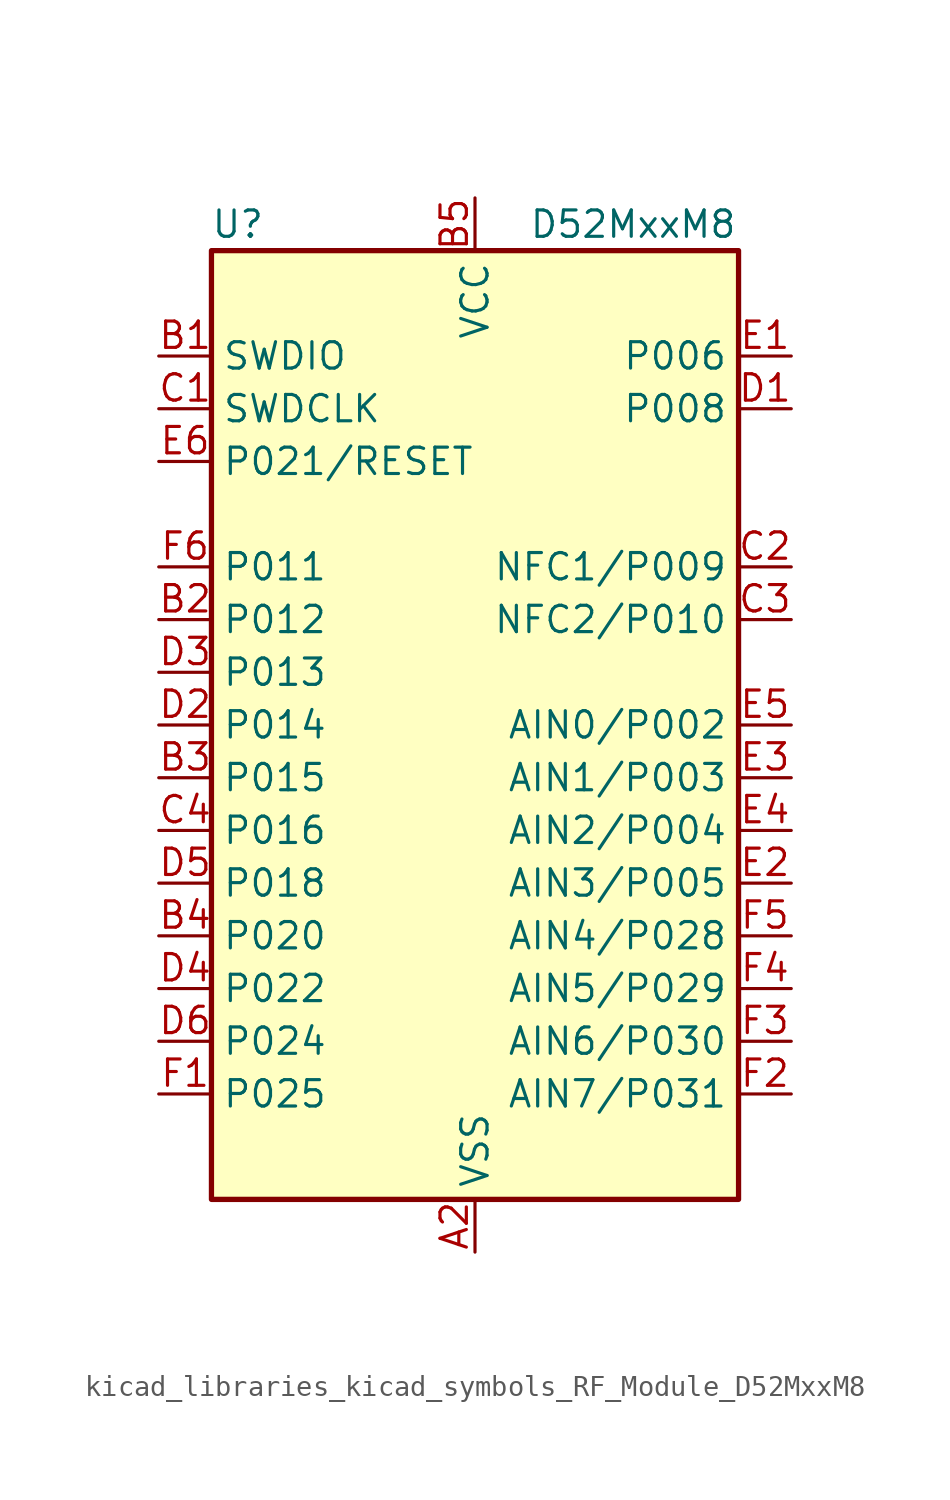
<source format=kicad_sym>
(kicad_symbol_lib
  (version 20220914)
  (generator kicad_symbol_editor)
  (symbol "kicad_libraries_kicad_symbols_RF_Module_D52MxxM8"
    (property "Reference" "U"
      (at -11.43 24.13 0)
      (effects (font (size 1.27 1.27))))
    (property "Value" "D52MxxM8"
      (at 7.62 24.13 0)
      (effects (font (size 1.27 1.27))))
    (symbol "kicad_libraries_kicad_symbols_RF_Module_D52MxxM8_0_1"
      (rectangle (start -12.7 22.86) (end 12.7 -22.86) (stroke (width 0.254) (type default)) (fill (type background))))
    (symbol "kicad_libraries_kicad_symbols_RF_Module_D52MxxM8_1_1"
      (pin power_in line (at 0 -25.4 90) (length 2.54) (name "VSS" (effects (font (size 1.27 1.27)))) (number "A2" (effects (font (size 1.27 1.27)))))
      (pin passive line (at 0 -25.4 90) (length 2.54) hide (name "VSS" (effects (font (size 1.27 1.27)))) (number "A3" (effects (font (size 1.27 1.27)))))
      (pin passive line (at 0 -25.4 90) (length 2.54) hide (name "VSS" (effects (font (size 1.27 1.27)))) (number "A4" (effects (font (size 1.27 1.27)))))
      (pin passive line (at 0 -25.4 90) (length 2.54) hide (name "VSS" (effects (font (size 1.27 1.27)))) (number "A5" (effects (font (size 1.27 1.27)))))
      (pin passive line (at 0 -25.4 90) (length 2.54) hide (name "VSS" (effects (font (size 1.27 1.27)))) (number "A6" (effects (font (size 1.27 1.27)))))
      (pin bidirectional line (at -15.24 17.78 0) (length 2.54) (name "SWDIO" (effects (font (size 1.27 1.27)))) (number "B1" (effects (font (size 1.27 1.27)))))
      (pin bidirectional line (at -15.24 5.08 0) (length 2.54) (name "P012" (effects (font (size 1.27 1.27)))) (number "B2" (effects (font (size 1.27 1.27)))))
      (pin bidirectional line (at -15.24 -2.54 0) (length 2.54) (name "P015" (effects (font (size 1.27 1.27)))) (number "B3" (effects (font (size 1.27 1.27)))))
      (pin bidirectional line (at -15.24 -10.16 0) (length 2.54) (name "P020" (effects (font (size 1.27 1.27)))) (number "B4" (effects (font (size 1.27 1.27)))))
      (pin power_in line (at 0 25.4 270) (length 2.54) (name "VCC" (effects (font (size 1.27 1.27)))) (number "B5" (effects (font (size 1.27 1.27)))))
      (pin passive line (at 0 25.4 270) (length 2.54) hide (name "VCC" (effects (font (size 1.27 1.27)))) (number "B6" (effects (font (size 1.27 1.27)))))
      (pin input line (at -15.24 15.24 0) (length 2.54) (name "SWDCLK" (effects (font (size 1.27 1.27)))) (number "C1" (effects (font (size 1.27 1.27)))))
      (pin bidirectional line (at 15.24 7.62 180) (length 2.54) (name "NFC1/P009" (effects (font (size 1.27 1.27)))) (number "C2" (effects (font (size 1.27 1.27)))))
      (pin bidirectional line (at 15.24 5.08 180) (length 2.54) (name "NFC2/P010" (effects (font (size 1.27 1.27)))) (number "C3" (effects (font (size 1.27 1.27)))))
      (pin bidirectional line (at -15.24 -5.08 0) (length 2.54) (name "P016" (effects (font (size 1.27 1.27)))) (number "C4" (effects (font (size 1.27 1.27)))))
      (pin passive line (at 0 25.4 270) (length 2.54) hide (name "VCC" (effects (font (size 1.27 1.27)))) (number "C5" (effects (font (size 1.27 1.27)))))
      (pin passive line (at 0 25.4 270) (length 2.54) hide (name "VCC" (effects (font (size 1.27 1.27)))) (number "C6" (effects (font (size 1.27 1.27)))))
      (pin bidirectional line (at 15.24 15.24 180) (length 2.54) (name "P008" (effects (font (size 1.27 1.27)))) (number "D1" (effects (font (size 1.27 1.27)))))
      (pin bidirectional line (at -15.24 0 0) (length 2.54) (name "P014" (effects (font (size 1.27 1.27)))) (number "D2" (effects (font (size 1.27 1.27)))))
      (pin bidirectional line (at -15.24 2.54 0) (length 2.54) (name "P013" (effects (font (size 1.27 1.27)))) (number "D3" (effects (font (size 1.27 1.27)))))
      (pin bidirectional line (at -15.24 -12.7 0) (length 2.54) (name "P022" (effects (font (size 1.27 1.27)))) (number "D4" (effects (font (size 1.27 1.27)))))
      (pin bidirectional line (at -15.24 -7.62 0) (length 2.54) (name "P018" (effects (font (size 1.27 1.27)))) (number "D5" (effects (font (size 1.27 1.27)))))
      (pin bidirectional line (at -15.24 -15.24 0) (length 2.54) (name "P024" (effects (font (size 1.27 1.27)))) (number "D6" (effects (font (size 1.27 1.27)))))
      (pin bidirectional line (at 15.24 17.78 180) (length 2.54) (name "P006" (effects (font (size 1.27 1.27)))) (number "E1" (effects (font (size 1.27 1.27)))))
      (pin bidirectional line (at 15.24 -7.62 180) (length 2.54) (name "AIN3/P005" (effects (font (size 1.27 1.27)))) (number "E2" (effects (font (size 1.27 1.27)))))
      (pin bidirectional line (at 15.24 -2.54 180) (length 2.54) (name "AIN1/P003" (effects (font (size 1.27 1.27)))) (number "E3" (effects (font (size 1.27 1.27)))))
      (pin bidirectional line (at 15.24 -5.08 180) (length 2.54) (name "AIN2/P004" (effects (font (size 1.27 1.27)))) (number "E4" (effects (font (size 1.27 1.27)))))
      (pin bidirectional line (at 15.24 0 180) (length 2.54) (name "AIN0/P002" (effects (font (size 1.27 1.27)))) (number "E5" (effects (font (size 1.27 1.27)))))
      (pin bidirectional line (at -15.24 12.7 0) (length 2.54) (name "P021/RESET" (effects (font (size 1.27 1.27)))) (number "E6" (effects (font (size 1.27 1.27)))))
      (pin bidirectional line (at -15.24 -17.78 0) (length 2.54) (name "P025" (effects (font (size 1.27 1.27)))) (number "F1" (effects (font (size 1.27 1.27)))))
      (pin bidirectional line (at 15.24 -17.78 180) (length 2.54) (name "AIN7/P031" (effects (font (size 1.27 1.27)))) (number "F2" (effects (font (size 1.27 1.27)))))
      (pin bidirectional line (at 15.24 -15.24 180) (length 2.54) (name "AIN6/P030" (effects (font (size 1.27 1.27)))) (number "F3" (effects (font (size 1.27 1.27)))))
      (pin bidirectional line (at 15.24 -12.7 180) (length 2.54) (name "AIN5/P029" (effects (font (size 1.27 1.27)))) (number "F4" (effects (font (size 1.27 1.27)))))
      (pin bidirectional line (at 15.24 -10.16 180) (length 2.54) (name "AIN4/P028" (effects (font (size 1.27 1.27)))) (number "F5" (effects (font (size 1.27 1.27)))))
      (pin bidirectional line (at -15.24 7.62 0) (length 2.54) (name "P011" (effects (font (size 1.27 1.27)))) (number "F6" (effects (font (size 1.27 1.27))))))))
</source>
